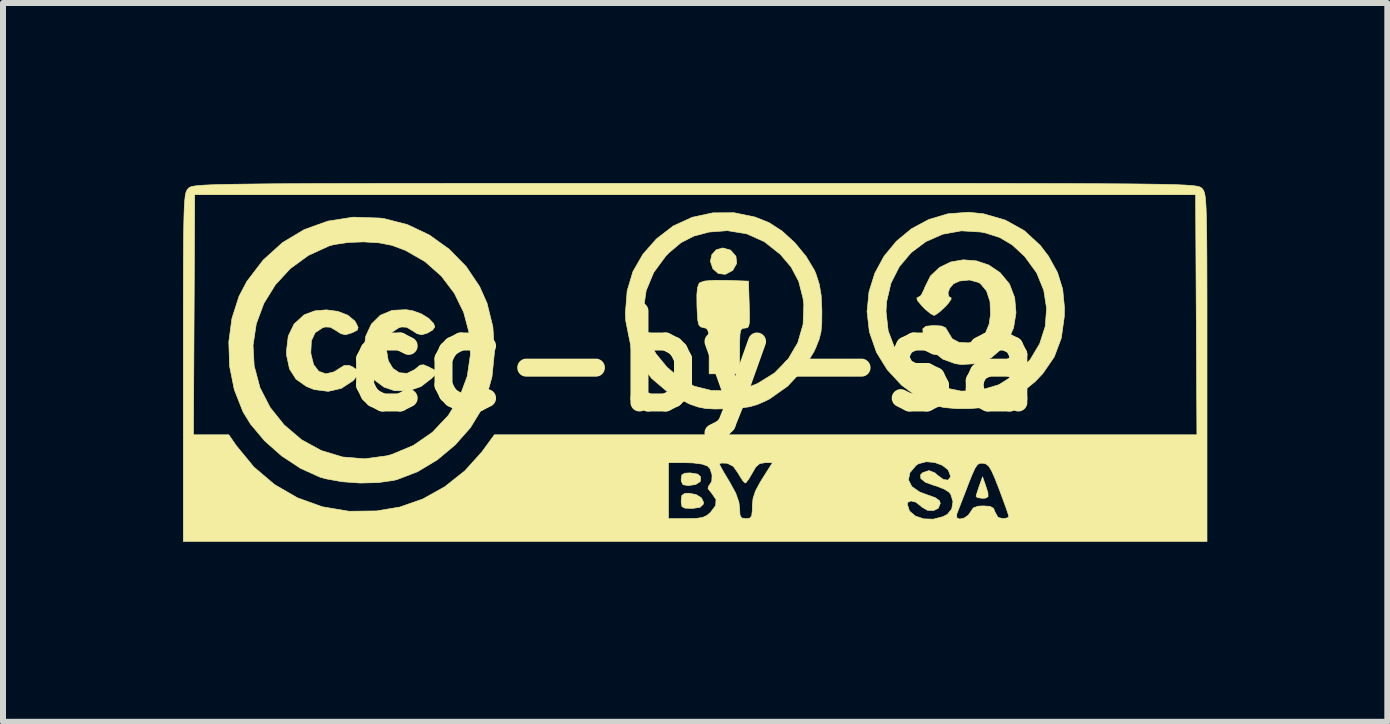
<source format=kicad_pcb>
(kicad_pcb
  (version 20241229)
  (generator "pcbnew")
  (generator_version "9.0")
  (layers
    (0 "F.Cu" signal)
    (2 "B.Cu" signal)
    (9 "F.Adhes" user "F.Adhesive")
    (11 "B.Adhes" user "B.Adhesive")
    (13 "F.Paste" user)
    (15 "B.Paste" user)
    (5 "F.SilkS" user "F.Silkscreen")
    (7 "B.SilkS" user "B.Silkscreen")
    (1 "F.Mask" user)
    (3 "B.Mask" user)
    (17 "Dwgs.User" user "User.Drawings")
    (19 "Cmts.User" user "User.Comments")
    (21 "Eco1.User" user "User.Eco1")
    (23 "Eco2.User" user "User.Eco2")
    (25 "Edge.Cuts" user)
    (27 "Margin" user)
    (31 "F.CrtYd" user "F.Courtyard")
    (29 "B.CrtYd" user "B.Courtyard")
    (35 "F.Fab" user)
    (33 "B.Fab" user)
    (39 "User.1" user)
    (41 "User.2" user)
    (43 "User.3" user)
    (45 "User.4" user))
  (footprint "cc-by-sa"
    (layer "F.Cu")
    (at 8.514 2.968)
    (property "Reference" "cc-by-sa" (at 0 0 0) (layer "F.SilkS") (effects (font (size 1.524 1.524) (thickness 0.3))))
    (attr through_hole)
    (fp_poly (pts (xy 0.063 1.883) (xy 0.113 1.93) (xy 0.107 2.006) (xy 0.029 2.057) (xy -0.095 2.074) (xy -0.181 2.06) (xy -0.21 2.003) (xy -0.212 1.968) (xy -0.201 1.897) (xy -0.151 1.868) (xy -0.062 1.863) (xy 0.063 1.883)) (stroke (width 0.01) (type solid)) (fill yes) (layer "F.SilkS"))
    (fp_poly (pts (xy 4.861 2.072) (xy 4.9 2.195) (xy 4.902 2.259) (xy 4.862 2.283) (xy 4.805 2.286) (xy 4.727 2.275) (xy 4.702 2.254) (xy 4.718 2.197) (xy 4.751 2.096) (xy 4.758 2.076) (xy 4.811 1.929) (xy 4.861 2.072)) (stroke (width 0.01) (type solid)) (fill yes) (layer "F.SilkS"))
    (fp_poly (pts (xy 0.601 -1.853) (xy 0.616 -1.844) (xy 0.701 -1.746) (xy 0.713 -1.628) (xy 0.65 -1.517) (xy 0.642 -1.509) (xy 0.523 -1.446) (xy 0.406 -1.46) (xy 0.317 -1.539) (xy 0.275 -1.663) (xy 0.299 -1.774) (xy 0.372 -1.854) (xy 0.479 -1.886) (xy 0.601 -1.853)) (stroke (width 0.01) (type solid)) (fill yes) (layer "F.SilkS"))
    (fp_poly (pts (xy 0.035 2.223) (xy 0.126 2.28) (xy 0.162 2.355) (xy 0.156 2.386) (xy 0.101 2.437) (xy -0.021 2.455) (xy -0.041 2.455) (xy -0.15 2.45) (xy -0.199 2.424) (xy -0.211 2.357) (xy -0.212 2.328) (xy -0.201 2.238) (xy -0.152 2.205) (xy -0.093 2.201) (xy 0.035 2.223)) (stroke (width 0.01) (type solid)) (fill yes) (layer "F.SilkS"))
    (fp_poly (pts (xy 0.536 -1.346) (xy 0.91 -1.333) (xy 0.922 -0.942) (xy 0.927 -0.758) (xy 0.925 -0.643) (xy 0.912 -0.581) (xy 0.888 -0.555) (xy 0.848 -0.55) (xy 0.807 -0.544) (xy 0.782 -0.515) (xy 0.768 -0.448) (xy 0.763 -0.325) (xy 0.762 -0.169) (xy 0.762 0.212) (xy 0.254 0.212) (xy 0.254 -0.166) (xy 0.253 -0.346) (xy 0.246 -0.459) (xy 0.23 -0.52) (xy 0.201 -0.548) (xy 0.159 -0.558) (xy 0.111 -0.571) (xy 0.082 -0.605) (xy 0.065 -0.679) (xy 0.056 -0.809) (xy 0.051 -0.914) (xy 0.049 -1.103) (xy 0.06 -1.224) (xy 0.085 -1.292) (xy 0.1 -1.308) (xy 0.183 -1.335) (xy 0.346 -1.347) (xy 0.536 -1.346)) (stroke (width 0.01) (type solid)) (fill yes) (layer "F.SilkS"))
    (fp_poly (pts (xy -4.689 -0.84) (xy -4.543 -0.788) (xy -4.418 -0.711) (xy -4.337 -0.625) (xy -4.318 -0.569) (xy -4.353 -0.519) (xy -4.438 -0.469) (xy -4.442 -0.467) (xy -4.537 -0.439) (xy -4.615 -0.458) (xy -4.688 -0.506) (xy -4.788 -0.565) (xy -4.875 -0.569) (xy -4.921 -0.554) (xy -5.04 -0.475) (xy -5.106 -0.342) (xy -5.122 -0.178) (xy -5.093 -0.006) (xy -5.017 0.121) (xy -4.908 0.194) (xy -4.781 0.204) (xy -4.652 0.141) (xy -4.632 0.124) (xy -4.564 0.068) (xy -4.505 0.061) (xy -4.417 0.098) (xy -4.403 0.106) (xy -4.267 0.176) (xy -4.367 0.284) (xy -4.55 0.425) (xy -4.764 0.496) (xy -4.988 0.493) (xy -5.164 0.434) (xy -5.343 0.3) (xy -5.457 0.114) (xy -5.503 -0.118) (xy -5.503 -0.156) (xy -5.47 -0.412) (xy -5.375 -0.617) (xy -5.226 -0.764) (xy -5.03 -0.846) (xy -4.796 -0.857) (xy -4.689 -0.84)) (stroke (width 0.01) (type solid)) (fill yes) (layer "F.SilkS"))
    (fp_poly (pts (xy -5.934 -0.829) (xy -5.768 -0.765) (xy -5.651 -0.668) (xy -5.632 -0.637) (xy -5.596 -0.561) (xy -5.608 -0.518) (xy -5.681 -0.48) (xy -5.712 -0.467) (xy -5.807 -0.439) (xy -5.885 -0.458) (xy -5.958 -0.506) (xy -6.058 -0.565) (xy -6.145 -0.569) (xy -6.191 -0.554) (xy -6.312 -0.473) (xy -6.375 -0.339) (xy -6.384 -0.146) (xy -6.382 -0.119) (xy -6.338 0.058) (xy -6.251 0.171) (xy -6.133 0.212) (xy -5.994 0.178) (xy -5.914 0.126) (xy -5.825 0.071) (xy -5.747 0.071) (xy -5.697 0.091) (xy -5.609 0.151) (xy -5.599 0.222) (xy -5.668 0.314) (xy -5.683 0.328) (xy -5.875 0.454) (xy -6.094 0.504) (xy -6.325 0.475) (xy -6.457 0.423) (xy -6.631 0.3) (xy -6.739 0.131) (xy -6.787 -0.093) (xy -6.79 -0.166) (xy -6.76 -0.417) (xy -6.663 -0.618) (xy -6.501 -0.766) (xy -6.484 -0.776) (xy -6.316 -0.838) (xy -6.125 -0.854) (xy -5.934 -0.829)) (stroke (width 0.01) (type solid)) (fill yes) (layer "F.SilkS"))
    (fp_poly (pts (xy 4.707 -1.671) (xy 4.917 -1.6) (xy 5.104 -1.473) (xy 5.255 -1.29) (xy 5.261 -1.28) (xy 5.346 -1.057) (xy 5.368 -0.807) (xy 5.328 -0.556) (xy 5.229 -0.329) (xy 5.157 -0.23) (xy 4.954 -0.055) (xy 4.723 0.041) (xy 4.462 0.057) (xy 4.357 0.043) (xy 4.15 -0.032) (xy 3.977 -0.168) (xy 3.879 -0.312) (xy 3.82 -0.454) (xy 3.815 -0.539) (xy 3.868 -0.581) (xy 3.986 -0.593) (xy 4.002 -0.593) (xy 4.126 -0.585) (xy 4.194 -0.556) (xy 4.23 -0.496) (xy 4.305 -0.372) (xy 4.42 -0.312) (xy 4.575 -0.304) (xy 4.738 -0.346) (xy 4.851 -0.448) (xy 4.92 -0.616) (xy 4.943 -0.774) (xy 4.935 -0.992) (xy 4.877 -1.17) (xy 4.775 -1.292) (xy 4.744 -1.311) (xy 4.592 -1.352) (xy 4.428 -1.335) (xy 4.327 -1.289) (xy 4.264 -1.218) (xy 4.235 -1.138) (xy 4.246 -1.076) (xy 4.284 -1.058) (xy 4.287 -1.032) (xy 4.24 -0.964) (xy 4.191 -0.91) (xy 4.098 -0.823) (xy 4.024 -0.77) (xy 4 -0.762) (xy 3.946 -0.79) (xy 3.859 -0.862) (xy 3.81 -0.91) (xy 3.728 -1.006) (xy 3.714 -1.053) (xy 3.731 -1.058) (xy 3.788 -1.097) (xy 3.839 -1.201) (xy 3.846 -1.224) (xy 3.943 -1.419) (xy 4.093 -1.561) (xy 4.28 -1.652) (xy 4.489 -1.688) (xy 4.707 -1.671)) (stroke (width 0.01) (type solid)) (fill yes) (layer "F.SilkS"))
    (fp_poly (pts (xy 4.828 -2.455) (xy 5.19 -2.35) (xy 5.505 -2.175) (xy 5.771 -1.93) (xy 5.909 -1.749) (xy 6.06 -1.476) (xy 6.146 -1.198) (xy 6.176 -0.887) (xy 6.173 -0.743) (xy 6.123 -0.384) (xy 6.006 -0.071) (xy 5.816 0.206) (xy 5.689 0.34) (xy 5.43 0.551) (xy 5.169 0.69) (xy 4.879 0.768) (xy 4.593 0.792) (xy 4.369 0.791) (xy 4.175 0.774) (xy 4.043 0.747) (xy 3.741 0.608) (xy 3.461 0.401) (xy 3.222 0.143) (xy 3.042 -0.148) (xy 3.041 -0.152) (xy 2.924 -0.489) (xy 2.886 -0.826) (xy 3.202 -0.826) (xy 3.238 -0.504) (xy 3.344 -0.223) (xy 3.526 0.031) (xy 3.593 0.101) (xy 3.854 0.304) (xy 4.145 0.438) (xy 4.453 0.5) (xy 4.764 0.488) (xy 5.063 0.4) (xy 5.101 0.382) (xy 5.384 0.202) (xy 5.605 -0.026) (xy 5.763 -0.29) (xy 5.855 -0.578) (xy 5.878 -0.879) (xy 5.831 -1.18) (xy 5.712 -1.471) (xy 5.517 -1.739) (xy 5.509 -1.748) (xy 5.307 -1.935) (xy 5.1 -2.059) (xy 4.858 -2.136) (xy 4.782 -2.151) (xy 4.456 -2.171) (xy 4.147 -2.115) (xy 3.865 -1.991) (xy 3.621 -1.808) (xy 3.424 -1.575) (xy 3.284 -1.299) (xy 3.211 -0.988) (xy 3.202 -0.826) (xy 2.886 -0.826) (xy 2.886 -0.826) (xy 2.918 -1.153) (xy 3.015 -1.464) (xy 3.169 -1.748) (xy 3.375 -1.998) (xy 3.625 -2.205) (xy 3.914 -2.36) (xy 4.233 -2.455) (xy 4.577 -2.481) (xy 4.828 -2.455)) (stroke (width 0.01) (type solid)) (fill yes) (layer "F.SilkS"))
    (fp_poly (pts (xy -5.234 -2.384) (xy -5.163 -2.375) (xy -4.774 -2.275) (xy -4.409 -2.102) (xy -4.079 -1.866) (xy -3.795 -1.576) (xy -3.571 -1.243) (xy -3.447 -0.964) (xy -3.35 -0.57) (xy -3.323 -0.154) (xy -3.365 0.262) (xy -3.475 0.656) (xy -3.536 0.801) (xy -3.725 1.11) (xy -3.978 1.396) (xy -4.277 1.646) (xy -4.605 1.843) (xy -4.944 1.973) (xy -5.003 1.988) (xy -5.263 2.025) (xy -5.562 2.032) (xy -5.864 2.01) (xy -6.135 1.961) (xy -6.233 1.933) (xy -6.556 1.787) (xy -6.871 1.579) (xy -7.155 1.328) (xy -7.389 1.049) (xy -7.513 0.847) (xy -7.659 0.478) (xy -7.738 0.084) (xy -7.749 -0.261) (xy -7.347 -0.261) (xy -7.328 0.08) (xy -7.231 0.444) (xy -7.061 0.774) (xy -6.831 1.061) (xy -6.538 1.311) (xy -6.208 1.491) (xy -5.854 1.598) (xy -5.486 1.628) (xy -5.116 1.578) (xy -5.038 1.557) (xy -4.676 1.406) (xy -4.359 1.187) (xy -4.094 0.907) (xy -3.909 0.608) (xy -3.777 0.252) (xy -3.724 -0.109) (xy -3.745 -0.467) (xy -3.836 -0.811) (xy -3.992 -1.131) (xy -4.208 -1.416) (xy -4.481 -1.658) (xy -4.806 -1.845) (xy -5.031 -1.929) (xy -5.246 -1.971) (xy -5.503 -1.987) (xy -5.765 -1.977) (xy -5.997 -1.942) (xy -6.078 -1.92) (xy -6.424 -1.762) (xy -6.726 -1.542) (xy -6.975 -1.272) (xy -7.167 -0.961) (xy -7.293 -0.621) (xy -7.347 -0.261) (xy -7.749 -0.261) (xy -7.751 -0.318) (xy -7.699 -0.711) (xy -7.581 -1.079) (xy -7.45 -1.328) (xy -7.177 -1.685) (xy -6.857 -1.974) (xy -6.496 -2.191) (xy -6.101 -2.333) (xy -5.678 -2.399) (xy -5.234 -2.384)) (stroke (width 0.01) (type solid)) (fill yes) (layer "F.SilkS"))
    (fp_poly (pts (xy 1.022 -2.4) (xy 1.255 -2.306) (xy 1.47 -2.167) (xy 1.683 -1.972) (xy 1.87 -1.745) (xy 2.009 -1.513) (xy 2.035 -1.451) (xy 2.09 -1.279) (xy 2.121 -1.095) (xy 2.132 -0.865) (xy 2.133 -0.826) (xy 2.131 -0.63) (xy 2.118 -0.487) (xy 2.087 -0.363) (xy 2.033 -0.227) (xy 2.001 -0.158) (xy 1.812 0.151) (xy 1.561 0.418) (xy 1.267 0.626) (xy 1.198 0.662) (xy 1.062 0.722) (xy 0.933 0.76) (xy 0.782 0.782) (xy 0.579 0.793) (xy 0.552 0.794) (xy 0.346 0.798) (xy 0.197 0.79) (xy 0.075 0.766) (xy -0.049 0.724) (xy -0.092 0.706) (xy -0.427 0.523) (xy -0.705 0.287) (xy -0.919 0.004) (xy -1.065 -0.317) (xy -1.135 -0.667) (xy -1.142 -0.804) (xy -1.137 -0.858) (xy -0.842 -0.858) (xy -0.81 -0.534) (xy -0.758 -0.358) (xy -0.632 -0.122) (xy -0.447 0.103) (xy -0.225 0.291) (xy 0.007 0.419) (xy 0.293 0.49) (xy 0.602 0.495) (xy 0.906 0.434) (xy 1.058 0.375) (xy 1.345 0.197) (xy 1.571 -0.034) (xy 1.732 -0.308) (xy 1.82 -0.614) (xy 1.832 -0.943) (xy 1.819 -1.046) (xy 1.747 -1.328) (xy 1.62 -1.568) (xy 1.441 -1.779) (xy 1.174 -1.99) (xy 0.879 -2.122) (xy 0.559 -2.174) (xy 0.255 -2.151) (xy -0.002 -2.083) (xy -0.215 -1.974) (xy -0.415 -1.806) (xy -0.471 -1.748) (xy -0.67 -1.477) (xy -0.795 -1.176) (xy -0.842 -0.858) (xy -1.137 -0.858) (xy -1.112 -1.171) (xy -1.016 -1.492) (xy -0.849 -1.782) (xy -0.624 -2.037) (xy -0.345 -2.252) (xy -0.028 -2.397) (xy 0.315 -2.471) (xy 0.669 -2.473) (xy 1.022 -2.4)) (stroke (width 0.01) (type solid)) (fill yes) (layer "F.SilkS"))
    (fp_poly (pts (xy 1.01 -2.963) (xy 1.918 -2.963) (xy 2.748 -2.963) (xy 3.503 -2.963) (xy 4.189 -2.963) (xy 4.807 -2.962) (xy 5.361 -2.961) (xy 5.856 -2.96) (xy 6.294 -2.959) (xy 6.679 -2.957) (xy 7.014 -2.955) (xy 7.303 -2.953) (xy 7.55 -2.95) (xy 7.758 -2.947) (xy 7.93 -2.943) (xy 8.071 -2.939) (xy 8.183 -2.934) (xy 8.27 -2.928) (xy 8.335 -2.922) (xy 8.383 -2.915) (xy 8.416 -2.908) (xy 8.439 -2.899) (xy 8.454 -2.89) (xy 8.465 -2.88) (xy 8.467 -2.879) (xy 8.483 -2.86) (xy 8.497 -2.837) (xy 8.509 -2.802) (xy 8.52 -2.749) (xy 8.528 -2.673) (xy 8.535 -2.567) (xy 8.54 -2.426) (xy 8.544 -2.242) (xy 8.547 -2.011) (xy 8.549 -1.726) (xy 8.55 -1.381) (xy 8.551 -0.969) (xy 8.551 -0.486) (xy 8.551 0.076) (xy 8.551 3.006) (xy -8.509 3.006) (xy -8.509 1.228) (xy -8.34 1.228) (xy -7.751 1.228) (xy -7.626 1.409) (xy -7.332 1.766) (xy -6.989 2.057) (xy -6.605 2.279) (xy -6.19 2.428) (xy -5.749 2.502) (xy -5.291 2.497) (xy -4.901 2.432) (xy -4.518 2.298) (xy -4.151 2.093) (xy -3.817 1.828) (xy -3.695 1.693) (xy -0.423 1.693) (xy -0.423 2.625) (xy -0.125 2.625) (xy 0.04 2.621) (xy 0.146 2.605) (xy 0.22 2.57) (xy 0.277 2.521) (xy 0.362 2.408) (xy 0.369 2.308) (xy 0.299 2.204) (xy 0.291 2.196) (xy 0.235 2.124) (xy 0.245 2.081) (xy 0.254 2.074) (xy 0.298 2.004) (xy 0.303 1.898) (xy 0.27 1.796) (xy 0.23 1.75) (xy 0.14 1.717) (xy 0.093 1.711) (xy 0.423 1.711) (xy 0.444 1.756) (xy 0.498 1.853) (xy 0.576 1.983) (xy 0.593 2.011) (xy 0.697 2.2) (xy 0.75 2.351) (xy 0.762 2.456) (xy 0.768 2.565) (xy 0.795 2.613) (xy 0.859 2.625) (xy 0.868 2.625) (xy 0.932 2.617) (xy 0.963 2.58) (xy 0.973 2.492) (xy 0.974 2.424) (xy 0.977 2.384) (xy 3.556 2.384) (xy 3.593 2.499) (xy 3.691 2.582) (xy 3.829 2.629) (xy 3.99 2.634) (xy 4.152 2.592) (xy 4.223 2.555) (xy 4.227 2.551) (xy 4.38 2.551) (xy 4.381 2.611) (xy 4.429 2.632) (xy 4.501 2.617) (xy 4.572 2.569) (xy 4.607 2.519) (xy 4.655 2.448) (xy 4.734 2.418) (xy 4.824 2.413) (xy 4.937 2.421) (xy 4.994 2.454) (xy 5.02 2.519) (xy 5.069 2.604) (xy 5.148 2.625) (xy 5.225 2.613) (xy 5.249 2.593) (xy 5.235 2.542) (xy 5.197 2.431) (xy 5.14 2.276) (xy 5.089 2.138) (xy 5.014 1.947) (xy 4.958 1.822) (xy 4.912 1.749) (xy 4.867 1.714) (xy 4.82 1.702) (xy 4.768 1.702) (xy 4.726 1.725) (xy 4.685 1.785) (xy 4.634 1.897) (xy 4.564 2.073) (xy 4.561 2.083) (xy 4.493 2.259) (xy 4.434 2.411) (xy 4.393 2.517) (xy 4.38 2.551) (xy 4.227 2.551) (xy 4.297 2.465) (xy 4.318 2.342) (xy 4.282 2.222) (xy 4.251 2.183) (xy 4.17 2.132) (xy 4.046 2.083) (xy 3.994 2.068) (xy 3.857 2.018) (xy 3.782 1.957) (xy 3.778 1.894) (xy 3.814 1.859) (xy 3.918 1.824) (xy 4.017 1.863) (xy 4.064 1.905) (xy 4.159 1.974) (xy 4.235 1.983) (xy 4.274 1.934) (xy 4.276 1.912) (xy 4.238 1.813) (xy 4.141 1.736) (xy 4.01 1.688) (xy 3.869 1.677) (xy 3.742 1.711) (xy 3.703 1.737) (xy 3.599 1.86) (xy 3.576 1.98) (xy 3.632 2.091) (xy 3.763 2.182) (xy 3.881 2.226) (xy 4.022 2.276) (xy 4.092 2.326) (xy 4.106 2.369) (xy 4.073 2.452) (xy 3.992 2.492) (xy 3.89 2.485) (xy 3.793 2.428) (xy 3.779 2.413) (xy 3.7 2.351) (xy 3.619 2.33) (xy 3.565 2.353) (xy 3.556 2.384) (xy 0.977 2.384) (xy 0.985 2.292) (xy 1.025 2.167) (xy 1.105 2.018) (xy 1.142 1.958) (xy 1.31 1.693) (xy 1.185 1.693) (xy 1.097 1.708) (xy 1.032 1.764) (xy 0.974 1.863) (xy 0.915 1.964) (xy 0.869 2.025) (xy 0.856 2.032) (xy 0.819 1.998) (xy 0.763 1.913) (xy 0.741 1.873) (xy 0.658 1.755) (xy 0.562 1.705) (xy 0.54 1.701) (xy 0.456 1.699) (xy 0.423 1.711) (xy 0.093 1.711) (xy -0.011 1.697) (xy -0.135 1.693) (xy -0.423 1.693) (xy -3.695 1.693) (xy -3.536 1.517) (xy -3.515 1.488) (xy -3.325 1.228) (xy 8.383 1.228) (xy 8.361 -2.773) (xy -8.319 -2.773) (xy -8.34 1.228) (xy -8.509 1.228) (xy -8.509 0.106) (xy -8.509 -0.46) (xy -8.509 -0.947) (xy -8.508 -1.362) (xy -8.507 -1.71) (xy -8.505 -1.998) (xy -8.502 -2.232) (xy -8.498 -2.418) (xy -8.493 -2.561) (xy -8.486 -2.668) (xy -8.478 -2.746) (xy -8.468 -2.799) (xy -8.456 -2.835) (xy -8.442 -2.859) (xy -8.425 -2.878) (xy -8.424 -2.879) (xy -8.413 -2.889) (xy -8.399 -2.898) (xy -8.378 -2.906) (xy -8.347 -2.914) (xy -8.302 -2.921) (xy -8.24 -2.927) (xy -8.157 -2.933) (xy -8.05 -2.938) (xy -7.915 -2.942) (xy -7.748 -2.946) (xy -7.547 -2.949) (xy -7.307 -2.952) (xy -7.026 -2.955) (xy -6.699 -2.957) (xy -6.323 -2.959) (xy -5.894 -2.96) (xy -5.41 -2.961) (xy -4.866 -2.962) (xy -4.26 -2.962) (xy -3.586 -2.963) (xy -2.843 -2.963) (xy -2.026 -2.963) (xy -1.133 -2.963) (xy -0.158 -2.963) (xy 0.021 -2.963) (xy 1.01 -2.963)) (stroke (width 0.01) (type solid)) (fill yes) (layer "F.SilkS")))
  (gr_rect
    (start -3 -3)
    (end 20.07 8.979)
    (stroke (width 0.1) (type default))
    (fill no)
    (layer "Edge.Cuts")))
</source>
